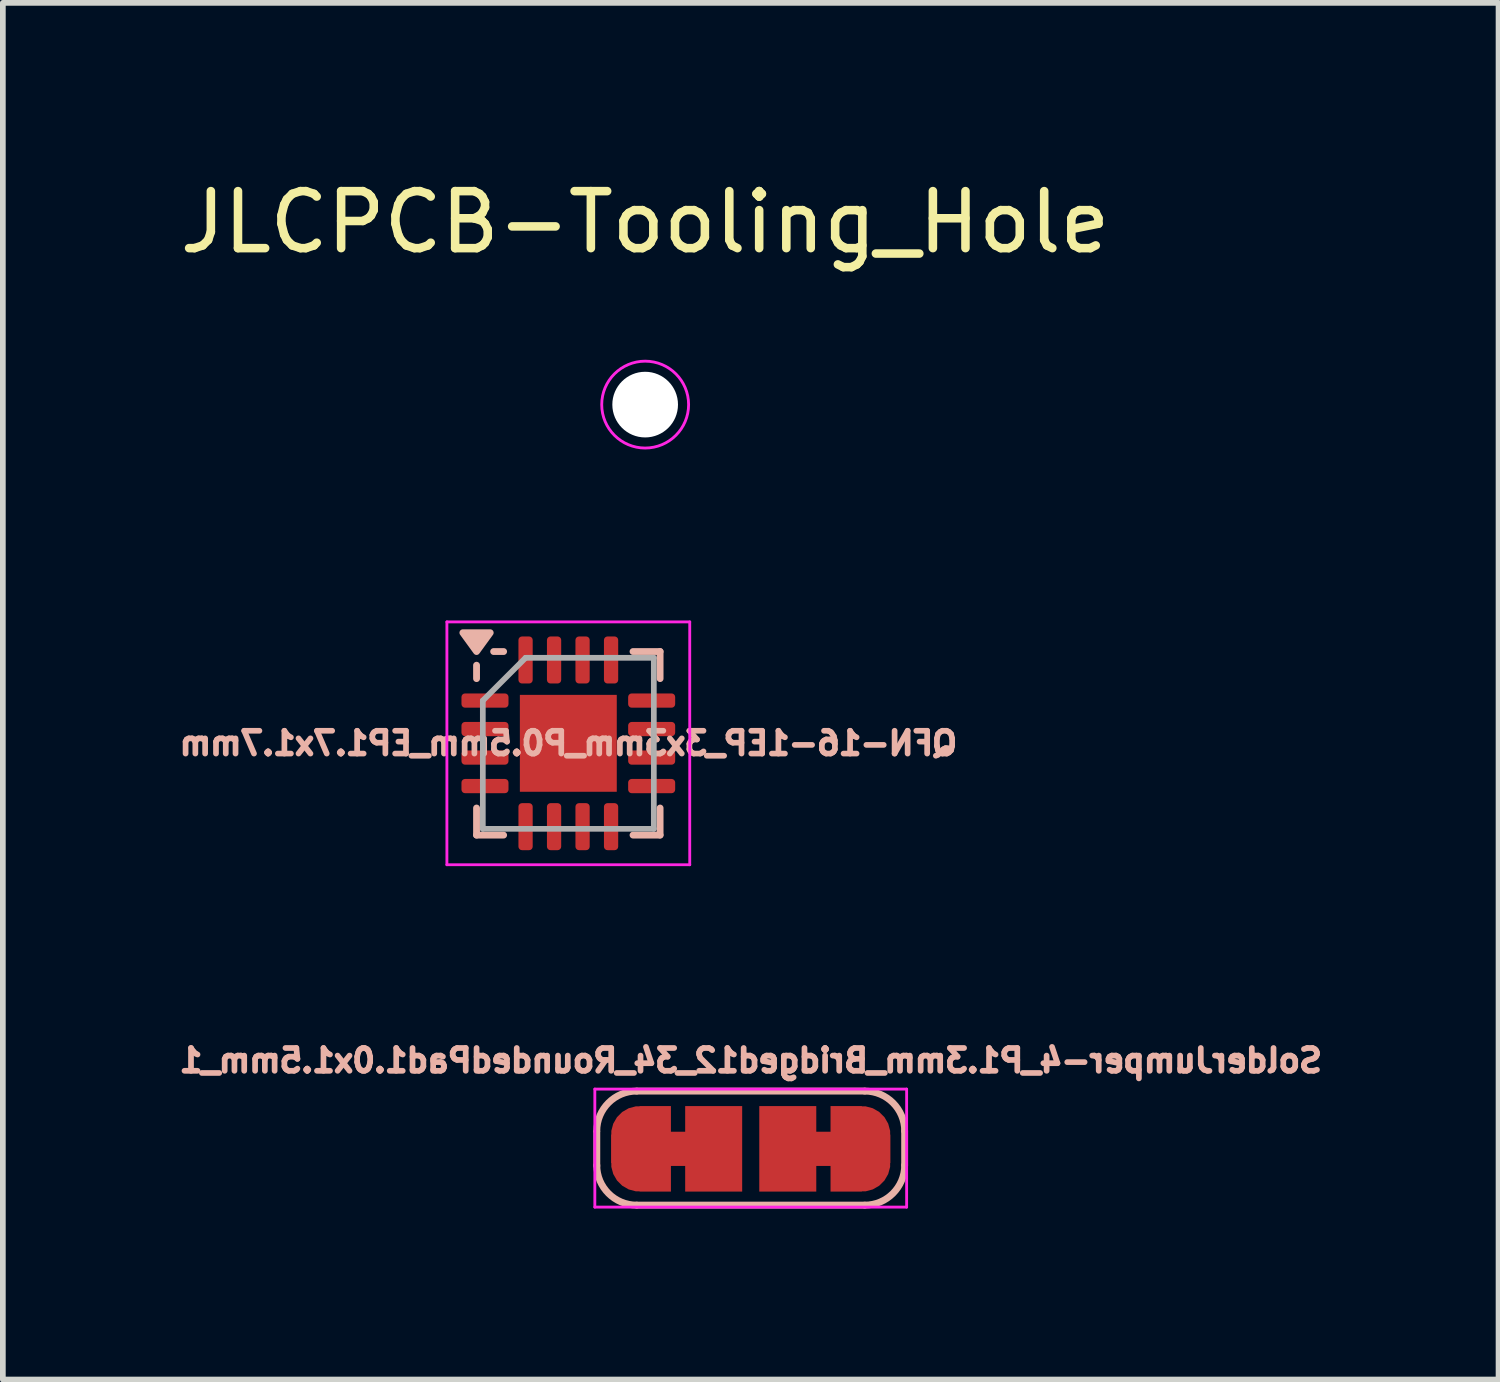
<source format=kicad_pcb>
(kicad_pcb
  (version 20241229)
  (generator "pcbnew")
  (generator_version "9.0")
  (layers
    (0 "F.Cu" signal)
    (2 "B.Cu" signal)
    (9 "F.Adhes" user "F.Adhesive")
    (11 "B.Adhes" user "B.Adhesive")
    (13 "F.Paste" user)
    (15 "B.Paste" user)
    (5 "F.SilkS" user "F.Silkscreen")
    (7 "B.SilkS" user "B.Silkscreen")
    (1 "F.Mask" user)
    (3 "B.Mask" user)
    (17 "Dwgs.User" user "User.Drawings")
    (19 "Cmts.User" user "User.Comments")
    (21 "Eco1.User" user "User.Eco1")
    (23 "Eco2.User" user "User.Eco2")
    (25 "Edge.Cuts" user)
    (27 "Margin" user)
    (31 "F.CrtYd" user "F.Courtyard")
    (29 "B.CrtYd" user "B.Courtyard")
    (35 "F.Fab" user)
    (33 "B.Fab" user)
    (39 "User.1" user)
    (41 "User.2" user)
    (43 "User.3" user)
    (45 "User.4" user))
  (footprint "SolderJumper-4_P1.3mm_Bridged12_34_RoundedPad1.0x1.5mm_1"
    (layer "F.Cu")
    (at 10.12 17.104)
    (property "Reference" "SolderJumper-4_P1.3mm_Bridged12_34_RoundedPad1.0x1.5mm_1" (at 0 -1.549 0) (layer "B.SilkS") (effects (font (size 0.4 0.4) (thickness 0.1) (bold yes)) (justify mirror)))
    (attr exclude_from_pos_files exclude_from_bom)
    (fp_poly (pts (xy -1.56 -0.3) (xy -1.06 -0.3) (xy -1.06 0.3) (xy -1.56 0.3)) (stroke (width 0) (type solid)) (fill yes) (layer "F.Cu"))
    (fp_poly (pts (xy 1.027 -0.3) (xy 1.527 -0.3) (xy 1.527 0.3) (xy 1.027 0.3)) (stroke (width 0) (type solid)) (fill yes) (layer "F.Cu"))
    (fp_line (start -2.7 0.3) (end -2.7 -0.3) (stroke (width 0.12) (type solid)) (layer "B.SilkS"))
    (fp_line (start -2 -1.013) (end 2 -1.013) (stroke (width 0.12) (type solid)) (layer "B.SilkS"))
    (fp_line (start 2 0.987) (end -2 0.987) (stroke (width 0.12) (type solid)) (layer "B.SilkS"))
    (fp_line (start 2.7 -0.313) (end 2.7 0.287) (stroke (width 0.12) (type solid)) (layer "B.SilkS"))
    (fp_arc (start -2.7 -0.3127) (mid -2.494975 -0.807675) (end -2 -1.0127) (stroke (width 0.12) (type solid)) (layer "B.SilkS"))
    (fp_arc (start -2 0.9873) (mid -2.494975 0.782275) (end -2.7 0.2873) (stroke (width 0.12) (type solid)) (layer "B.SilkS"))
    (fp_arc (start 2 -1.0127) (mid 2.494975 -0.807675) (end 2.7 -0.3127) (stroke (width 0.12) (type solid)) (layer "B.SilkS"))
    (fp_arc (start 2.7 0.2873) (mid 2.494975 0.782275) (end 2 0.9873) (stroke (width 0.12) (type solid)) (layer "B.SilkS"))
    (fp_line (start -2.735 -1.048) (end -2.735 1.022) (stroke (width 0.05) (type solid)) (layer "F.CrtYd"))
    (fp_line (start -2.735 -1.048) (end 2.735 -1.048) (stroke (width 0.05) (type solid)) (layer "F.CrtYd"))
    (fp_line (start 2.735 1.022) (end -2.735 1.022) (stroke (width 0.05) (type solid)) (layer "F.CrtYd"))
    (fp_line (start 2.735 1.022) (end 2.735 -1.048) (stroke (width 0.05) (type solid)) (layer "F.CrtYd"))
    (pad "1" smd custom (at -1.95 0) (size 1 0.5) (layers "F.Cu" "F.Mask") (options (anchor rect)) (primitives (gr_circle (center 0 0.25) (end 0.5 0.25) (width 0) (fill yes)) (gr_circle (center 0 -0.25) (end 0.5 -0.25) (width 0) (fill yes)) (gr_poly (pts (xy 0.55 0.75) (xy 0 0.75) (xy 0 -0.75) (xy 0.55 -0.75)) (width 0) (fill yes))))
    (pad "2" smd rect (at -0.65 0) (size 1 1.5) (layers "F.Cu" "F.Mask"))
    (pad "3" smd rect (at 0.65 0) (size 1 1.5) (layers "F.Cu" "F.Mask"))
    (pad "4" smd custom (at 1.95 0) (size 1 0.5) (layers "F.Cu" "F.Mask") (options (anchor rect)) (primitives (gr_circle (center 0 0.25) (end 0.5 0.25) (width 0) (fill yes)) (gr_circle (center 0 -0.25) (end 0.5 -0.25) (width 0) (fill yes)) (gr_poly (pts (xy 0 0.75) (xy -0.55 0.75) (xy -0.55 -0.75) (xy 0 -0.75)) (width 0) (fill yes)))))
  (footprint "JLCPCB-Tooling_Hole"
    (layer "F.Cu")
    (at 8.268 4.048)
    (property "Reference" "JLCPCB-Tooling_Hole" (at 0 -3.2 0) (layer "F.SilkS") (effects (font (size 1 1) (thickness 0.15))))
    (attr exclude_from_pos_files exclude_from_bom)
    (fp_circle (center 0 0) (end 0.762 0) (stroke (width 0.05) (type solid)) (fill no) (layer "F.CrtYd"))
    (pad "" np_thru_hole circle (at 0 0) (size 1.152 1.152) (drill 1.152) (layers "*.Cu" "*.Mask")))
  (footprint "QFN-16-1EP_3x3mm_P0.5mm_EP1.7x1.7mm"
    (layer "F.Cu")
    (at 6.92 9.99)
    (property "Reference" "QFN-16-1EP_3x3mm_P0.5mm_EP1.7x1.7mm" (at 0 0 0) (layer "B.SilkS") (effects (font (size 0.4 0.4) (thickness 0.1)) (justify mirror)))
    (attr smd)
    (fp_line (start -1.61 -1.135) (end -1.61 -1.37) (stroke (width 0.12) (type solid)) (layer "B.SilkS"))
    (fp_line (start -1.61 1.61) (end -1.61 1.135) (stroke (width 0.12) (type solid)) (layer "B.SilkS"))
    (fp_line (start -1.135 -1.61) (end -1.31 -1.61) (stroke (width 0.12) (type solid)) (layer "B.SilkS"))
    (fp_line (start -1.135 1.61) (end -1.61 1.61) (stroke (width 0.12) (type solid)) (layer "B.SilkS"))
    (fp_line (start 1.135 -1.61) (end 1.61 -1.61) (stroke (width 0.12) (type solid)) (layer "B.SilkS"))
    (fp_line (start 1.135 1.61) (end 1.61 1.61) (stroke (width 0.12) (type solid)) (layer "B.SilkS"))
    (fp_line (start 1.61 -1.61) (end 1.61 -1.135) (stroke (width 0.12) (type solid)) (layer "B.SilkS"))
    (fp_line (start 1.61 1.61) (end 1.61 1.135) (stroke (width 0.12) (type solid)) (layer "B.SilkS"))
    (fp_poly (pts (xy -1.61 -1.61) (xy -1.85 -1.94) (xy -1.37 -1.94) (xy -1.61 -1.61)) (stroke (width 0.12) (type solid)) (fill yes) (layer "B.SilkS"))
    (fp_line (start -2.13 -2.13) (end -2.13 2.13) (stroke (width 0.05) (type solid)) (layer "F.CrtYd"))
    (fp_line (start -2.13 2.13) (end 2.13 2.13) (stroke (width 0.05) (type solid)) (layer "F.CrtYd"))
    (fp_line (start 2.13 -2.13) (end -2.13 -2.13) (stroke (width 0.05) (type solid)) (layer "F.CrtYd"))
    (fp_line (start 2.13 2.13) (end 2.13 -2.13) (stroke (width 0.05) (type solid)) (layer "F.CrtYd"))
    (fp_line (start -1.5 -0.75) (end -0.75 -1.5) (stroke (width 0.1) (type solid)) (layer "F.Fab"))
    (fp_line (start -1.5 1.5) (end -1.5 -0.75) (stroke (width 0.1) (type solid)) (layer "F.Fab"))
    (fp_line (start -0.75 -1.5) (end 1.5 -1.5) (stroke (width 0.1) (type solid)) (layer "F.Fab"))
    (fp_line (start 1.5 -1.5) (end 1.5 1.5) (stroke (width 0.1) (type solid)) (layer "F.Fab"))
    (fp_line (start 1.5 1.5) (end -1.5 1.5) (stroke (width 0.1) (type solid)) (layer "F.Fab"))
    (pad "1" smd roundrect (at -1.462 -0.75) (size 0.825 0.25) (layers "F.Cu" "F.Mask" "F.Paste") (roundrect_rratio 0.25))
    (pad "2" smd roundrect (at -1.462 -0.25) (size 0.825 0.25) (layers "F.Cu" "F.Mask" "F.Paste") (roundrect_rratio 0.25))
    (pad "3" smd roundrect (at -1.462 0.25) (size 0.825 0.25) (layers "F.Cu" "F.Mask" "F.Paste") (roundrect_rratio 0.25))
    (pad "4" smd roundrect (at -1.462 0.75) (size 0.825 0.25) (layers "F.Cu" "F.Mask" "F.Paste") (roundrect_rratio 0.25))
    (pad "5" smd roundrect (at -0.75 1.462) (size 0.25 0.825) (layers "F.Cu" "F.Mask" "F.Paste") (roundrect_rratio 0.25))
    (pad "6" smd roundrect (at -0.25 1.462) (size 0.25 0.825) (layers "F.Cu" "F.Mask" "F.Paste") (roundrect_rratio 0.25))
    (pad "7" smd roundrect (at 0.25 1.462) (size 0.25 0.825) (layers "F.Cu" "F.Mask" "F.Paste") (roundrect_rratio 0.25))
    (pad "8" smd roundrect (at 0.75 1.462) (size 0.25 0.825) (layers "F.Cu" "F.Mask" "F.Paste") (roundrect_rratio 0.25))
    (pad "9" smd roundrect (at 1.462 0.75) (size 0.825 0.25) (layers "F.Cu" "F.Mask" "F.Paste") (roundrect_rratio 0.25))
    (pad "10" smd roundrect (at 1.462 0.25) (size 0.825 0.25) (layers "F.Cu" "F.Mask" "F.Paste") (roundrect_rratio 0.25))
    (pad "11" smd roundrect (at 1.462 -0.25) (size 0.825 0.25) (layers "F.Cu" "F.Mask" "F.Paste") (roundrect_rratio 0.25))
    (pad "12" smd roundrect (at 1.462 -0.75) (size 0.825 0.25) (layers "F.Cu" "F.Mask" "F.Paste") (roundrect_rratio 0.25))
    (pad "13" smd roundrect (at 0.75 -1.462) (size 0.25 0.825) (layers "F.Cu" "F.Mask" "F.Paste") (roundrect_rratio 0.25))
    (pad "14" smd roundrect (at 0.25 -1.462) (size 0.25 0.825) (layers "F.Cu" "F.Mask" "F.Paste") (roundrect_rratio 0.25))
    (pad "15" smd roundrect (at -0.25 -1.462) (size 0.25 0.825) (layers "F.Cu" "F.Mask" "F.Paste") (roundrect_rratio 0.25))
    (pad "16" smd roundrect (at -0.75 -1.462) (size 0.25 0.825) (layers "F.Cu" "F.Mask" "F.Paste") (roundrect_rratio 0.25))
    (pad "17" smd rect (at 0 0) (size 1.7 1.7) (property pad_prop_heatsink) (layers "F.Cu" "F.Mask")))
  (gr_rect
    (start -3 -3)
    (end 23.239 21.151)
    (stroke (width 0.1) (type default))
    (fill no)
    (layer "Edge.Cuts")))
</source>
